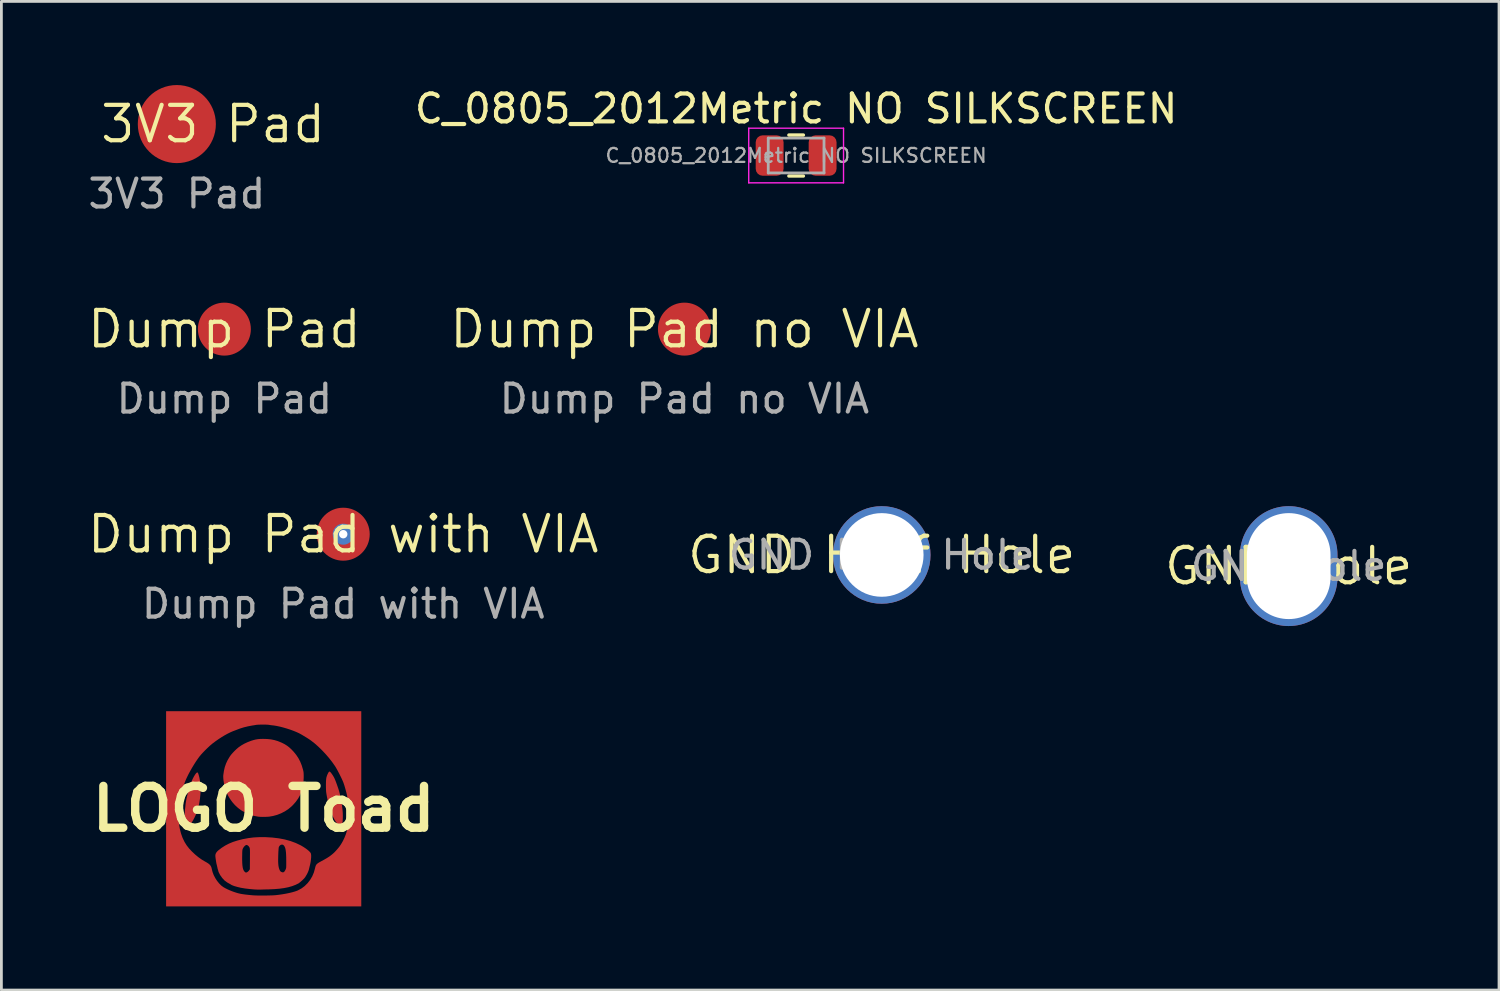
<source format=kicad_pcb>
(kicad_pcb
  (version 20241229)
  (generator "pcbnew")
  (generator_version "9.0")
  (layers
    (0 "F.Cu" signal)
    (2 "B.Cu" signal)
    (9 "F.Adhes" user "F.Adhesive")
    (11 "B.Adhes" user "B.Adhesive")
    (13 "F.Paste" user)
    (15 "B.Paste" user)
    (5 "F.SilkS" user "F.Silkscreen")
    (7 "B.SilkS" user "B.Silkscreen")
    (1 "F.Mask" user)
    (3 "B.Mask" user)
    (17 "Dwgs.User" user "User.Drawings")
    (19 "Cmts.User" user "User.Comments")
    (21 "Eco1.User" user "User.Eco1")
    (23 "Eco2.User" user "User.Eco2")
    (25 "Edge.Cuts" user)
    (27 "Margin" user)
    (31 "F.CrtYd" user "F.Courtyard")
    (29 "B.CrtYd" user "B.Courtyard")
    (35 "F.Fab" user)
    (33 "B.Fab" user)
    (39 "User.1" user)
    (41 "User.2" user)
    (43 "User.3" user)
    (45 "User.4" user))
  (footprint "LOGO Toad"
    (layer "F.Cu")
    (at 6.407 25.957)
    (property "Reference" "LOGO Toad" (at 0 0 0) (layer "F.SilkS") (effects (font (size 1.5 1.5) (thickness 0.3))))
    (attr board_only exclude_from_pos_files exclude_from_bom)
    (fp_poly (pts (xy 2.371 -1.332) (xy 2.393 -1.314) (xy 2.421 -1.282) (xy 2.456 -1.232) (xy 2.47 -1.212) (xy 2.493 -1.175) (xy 2.515 -1.138) (xy 2.536 -1.097) (xy 2.557 -1.05) (xy 2.58 -0.993) (xy 2.606 -0.923) (xy 2.637 -0.838) (xy 2.652 -0.794) (xy 2.682 -0.707) (xy 2.707 -0.622) (xy 2.73 -0.535) (xy 2.752 -0.441) (xy 2.772 -0.338) (xy 2.792 -0.221) (xy 2.812 -0.094) (xy 2.826 0.023) (xy 2.836 0.141) (xy 2.839 0.255) (xy 2.837 0.361) (xy 2.83 0.456) (xy 2.817 0.537) (xy 2.81 0.567) (xy 2.796 0.608) (xy 2.78 0.63) (xy 2.761 0.636) (xy 2.735 0.625) (xy 2.7 0.597) (xy 2.679 0.577) (xy 2.615 0.505) (xy 2.553 0.414) (xy 2.495 0.305) (xy 2.439 0.18) (xy 2.388 0.041) (xy 2.342 -0.111) (xy 2.301 -0.273) (xy 2.266 -0.444) (xy 2.246 -0.564) (xy 2.239 -0.619) (xy 2.235 -0.686) (xy 2.233 -0.763) (xy 2.232 -0.843) (xy 2.233 -0.922) (xy 2.235 -0.996) (xy 2.24 -1.058) (xy 2.246 -1.105) (xy 2.246 -1.106) (xy 2.258 -1.152) (xy 2.274 -1.2) (xy 2.294 -1.247) (xy 2.315 -1.288) (xy 2.334 -1.319) (xy 2.351 -1.334) (xy 2.354 -1.335)) (stroke (width 0) (type solid)) (fill yes) (layer "F.Cu"))
    (fp_poly (pts (xy -2.38 -1.304) (xy -2.369 -1.3) (xy -2.359 -1.288) (xy -2.349 -1.267) (xy -2.337 -1.233) (xy -2.323 -1.183) (xy -2.31 -1.134) (xy -2.284 -0.998) (xy -2.268 -0.849) (xy -2.263 -0.69) (xy -2.269 -0.525) (xy -2.286 -0.358) (xy -2.312 -0.193) (xy -2.349 -0.033) (xy -2.372 0.047) (xy -2.403 0.136) (xy -2.442 0.231) (xy -2.486 0.325) (xy -2.533 0.414) (xy -2.58 0.491) (xy -2.605 0.528) (xy -2.631 0.56) (xy -2.662 0.595) (xy -2.694 0.629) (xy -2.724 0.658) (xy -2.749 0.68) (xy -2.764 0.689) (xy -2.765 0.69) (xy -2.775 0.68) (xy -2.787 0.657) (xy -2.793 0.64) (xy -2.804 0.602) (xy -2.815 0.555) (xy -2.821 0.522) (xy -2.826 0.482) (xy -2.83 0.425) (xy -2.832 0.357) (xy -2.833 0.283) (xy -2.833 0.208) (xy -2.831 0.136) (xy -2.827 0.072) (xy -2.823 0.026) (xy -2.817 -0.021) (xy -2.81 -0.08) (xy -2.804 -0.141) (xy -2.8 -0.178) (xy -2.787 -0.267) (xy -2.768 -0.369) (xy -2.742 -0.48) (xy -2.712 -0.597) (xy -2.679 -0.713) (xy -2.643 -0.826) (xy -2.606 -0.93) (xy -2.57 -1.022) (xy -2.538 -1.09) (xy -2.499 -1.163) (xy -2.463 -1.222) (xy -2.431 -1.266) (xy -2.404 -1.294) (xy -2.383 -1.304)) (stroke (width 0) (type solid)) (fill yes) (layer "F.Cu"))
    (fp_poly (pts (xy 0.126 -2.503) (xy 0.26 -2.489) (xy 0.386 -2.464) (xy 0.509 -2.427) (xy 0.633 -2.376) (xy 0.653 -2.367) (xy 0.752 -2.317) (xy 0.839 -2.262) (xy 0.921 -2.199) (xy 1.001 -2.124) (xy 1.076 -2.045) (xy 1.167 -1.933) (xy 1.244 -1.817) (xy 1.309 -1.694) (xy 1.363 -1.56) (xy 1.408 -1.41) (xy 1.412 -1.395) (xy 1.421 -1.357) (xy 1.428 -1.322) (xy 1.432 -1.286) (xy 1.434 -1.243) (xy 1.435 -1.19) (xy 1.435 -1.12) (xy 1.435 -1.118) (xy 1.426 -0.945) (xy 1.403 -0.786) (xy 1.365 -0.639) (xy 1.31 -0.501) (xy 1.238 -0.371) (xy 1.148 -0.246) (xy 1.039 -0.124) (xy 0.991 -0.078) (xy 0.883 0.012) (xy 0.759 0.093) (xy 0.624 0.162) (xy 0.482 0.218) (xy 0.336 0.258) (xy 0.196 0.282) (xy 0.125 0.287) (xy 0.045 0.29) (xy -0.038 0.291) (xy -0.115 0.289) (xy -0.181 0.284) (xy -0.204 0.281) (xy -0.356 0.252) (xy -0.497 0.209) (xy -0.632 0.15) (xy -0.681 0.125) (xy -0.715 0.106) (xy -0.742 0.091) (xy -0.757 0.084) (xy -0.758 0.084) (xy -0.771 0.078) (xy -0.796 0.061) (xy -0.83 0.037) (xy -0.868 0.009) (xy -0.908 -0.021) (xy -0.94 -0.048) (xy -1.035 -0.136) (xy -1.125 -0.24) (xy -1.208 -0.355) (xy -1.28 -0.476) (xy -1.338 -0.597) (xy -1.362 -0.658) (xy -1.387 -0.742) (xy -1.409 -0.832) (xy -1.427 -0.925) (xy -1.441 -1.016) (xy -1.449 -1.1) (xy -1.451 -1.172) (xy -1.448 -1.21) (xy -1.426 -1.361) (xy -1.394 -1.498) (xy -1.35 -1.623) (xy -1.294 -1.743) (xy -1.224 -1.861) (xy -1.196 -1.902) (xy -1.156 -1.954) (xy -1.103 -2.014) (xy -1.043 -2.076) (xy -0.981 -2.136) (xy -0.921 -2.188) (xy -0.894 -2.21) (xy -0.802 -2.273) (xy -0.696 -2.334) (xy -0.581 -2.388) (xy -0.465 -2.433) (xy -0.458 -2.436) (xy -0.365 -2.465) (xy -0.284 -2.485) (xy -0.205 -2.498) (xy -0.122 -2.505) (xy -0.027 -2.507) (xy -0.022 -2.507)) (stroke (width 0) (type solid)) (fill yes) (layer "F.Cu"))
    (fp_poly (pts (xy 0.057 1.017) (xy 0.057 1.017) (xy 0.306 1.031) (xy 0.538 1.059) (xy 0.756 1.1) (xy 0.959 1.156) (xy 1.147 1.225) (xy 1.322 1.308) (xy 1.349 1.323) (xy 1.426 1.369) (xy 1.499 1.417) (xy 1.564 1.465) (xy 1.619 1.511) (xy 1.661 1.553) (xy 1.687 1.588) (xy 1.688 1.59) (xy 1.698 1.625) (xy 1.703 1.677) (xy 1.702 1.743) (xy 1.695 1.82) (xy 1.684 1.904) (xy 1.666 1.995) (xy 1.644 2.083) (xy 1.623 2.173) (xy 1.611 2.212) (xy 1.59 2.266) (xy 1.559 2.332) (xy 1.522 2.396) (xy 1.486 2.456) (xy 1.452 2.497) (xy 1.385 2.564) (xy 1.318 2.623) (xy 1.256 2.672) (xy 1.144 2.727) (xy 1.021 2.774) (xy 0.884 2.813) (xy 0.734 2.843) (xy 0.568 2.866) (xy 0.385 2.881) (xy 0.188 2.89) (xy 0.114 2.891) (xy 0.043 2.893) (xy -0.023 2.895) (xy -0.077 2.897) (xy -0.117 2.898) (xy -0.125 2.898) (xy -0.171 2.899) (xy -0.228 2.898) (xy -0.287 2.895) (xy -0.319 2.894) (xy -0.501 2.878) (xy -0.668 2.858) (xy -0.82 2.833) (xy -0.95 2.801) (xy -1.059 2.77) (xy -1.148 2.735) (xy -1.197 2.704) (xy -1.304 2.645) (xy -1.402 2.573) (xy -1.484 2.485) (xy -1.562 2.376) (xy -1.614 2.275) (xy -1.628 2.234) (xy -1.636 2.197) (xy -1.651 2.154) (xy -1.663 2.094) (xy -1.679 2.027) (xy -1.697 1.953) (xy -1.709 1.882) (xy -1.716 1.834) (xy -0.772 1.834) (xy -0.769 1.94) (xy -0.763 2.028) (xy -0.753 2.101) (xy -0.739 2.16) (xy -0.72 2.206) (xy -0.697 2.242) (xy -0.677 2.263) (xy -0.653 2.281) (xy -0.634 2.287) (xy -0.611 2.281) (xy -0.59 2.272) (xy -0.563 2.253) (xy -0.535 2.225) (xy -0.526 2.213) (xy -0.496 2.17) (xy -0.493 1.811) (xy 0.519 1.811) (xy 0.519 1.901) (xy 0.523 1.976) (xy 0.529 2.04) (xy 0.539 2.095) (xy 0.552 2.144) (xy 0.568 2.188) (xy 0.57 2.192) (xy 0.589 2.228) (xy 0.608 2.25) (xy 0.636 2.266) (xy 0.639 2.267) (xy 0.675 2.28) (xy 0.703 2.279) (xy 0.73 2.263) (xy 0.736 2.258) (xy 0.751 2.24) (xy 0.769 2.21) (xy 0.783 2.184) (xy 0.791 2.166) (xy 0.797 2.149) (xy 0.802 2.131) (xy 0.806 2.109) (xy 0.808 2.079) (xy 0.809 2.039) (xy 0.809 1.985) (xy 0.809 1.916) (xy 0.809 1.87) (xy 0.808 1.749) (xy 0.804 1.647) (xy 0.799 1.562) (xy 0.79 1.491) (xy 0.779 1.433) (xy 0.764 1.386) (xy 0.746 1.348) (xy 0.723 1.316) (xy 0.723 1.315) (xy 0.691 1.29) (xy 0.653 1.284) (xy 0.615 1.293) (xy 0.58 1.317) (xy 0.552 1.355) (xy 0.544 1.373) (xy 0.539 1.394) (xy 0.535 1.431) (xy 0.531 1.481) (xy 0.527 1.538) (xy 0.525 1.582) (xy 0.521 1.706) (xy 0.519 1.811) (xy -0.493 1.811) (xy -0.493 1.801) (xy -0.493 1.703) (xy -0.492 1.623) (xy -0.492 1.56) (xy -0.493 1.511) (xy -0.494 1.473) (xy -0.496 1.445) (xy -0.499 1.424) (xy -0.502 1.407) (xy -0.507 1.394) (xy -0.511 1.385) (xy -0.534 1.348) (xy -0.565 1.318) (xy -0.598 1.3) (xy -0.617 1.296) (xy -0.643 1.305) (xy -0.674 1.327) (xy -0.705 1.36) (xy -0.732 1.399) (xy -0.739 1.411) (xy -0.748 1.43) (xy -0.755 1.447) (xy -0.76 1.465) (xy -0.764 1.488) (xy -0.767 1.518) (xy -0.769 1.559) (xy -0.77 1.613) (xy -0.771 1.685) (xy -0.772 1.709) (xy -0.772 1.834) (xy -1.716 1.834) (xy -1.719 1.815) (xy -1.727 1.757) (xy -1.732 1.711) (xy -1.734 1.683) (xy -1.727 1.628) (xy -1.705 1.578) (xy -1.666 1.529) (xy -1.627 1.492) (xy -1.509 1.401) (xy -1.382 1.32) (xy -1.246 1.249) (xy -1.097 1.188) (xy -0.934 1.136) (xy -0.756 1.091) (xy -0.559 1.053) (xy -0.549 1.051) (xy -0.363 1.028) (xy -0.162 1.017)) (stroke (width 0) (type solid)) (fill yes) (layer "F.Cu"))
    (pad "" smd custom (at -3.25 -3.249) (size 0.5 0.5) (layers "F.Cu") (options (anchor rect)) (primitives (gr_poly (pts (xy 6.75 3.249) (xy 6.75 6.749) (xy 3.25 6.749) (xy -0.25 6.749) (xy -0.25 3.599) (xy 0.198 3.599) (xy 0.212 3.784) (xy 0.241 3.962) (xy 0.284 4.132) (xy 0.34 4.29) (xy 0.41 4.436) (xy 0.49 4.564) (xy 0.576 4.674) (xy 0.678 4.783) (xy 0.79 4.888) (xy 0.908 4.985) (xy 1.027 5.07) (xy 1.136 5.135) (xy 1.213 5.178) (xy 1.272 5.217) (xy 1.316 5.255) (xy 1.348 5.295) (xy 1.371 5.341) (xy 1.386 5.394) (xy 1.391 5.42) (xy 1.418 5.524) (xy 1.459 5.63) (xy 1.513 5.734) (xy 1.577 5.833) (xy 1.649 5.923) (xy 1.725 5.999) (xy 1.798 6.055) (xy 1.868 6.095) (xy 1.952 6.137) (xy 2.045 6.178) (xy 2.141 6.216) (xy 2.183 6.231) (xy 2.25 6.253) (xy 2.312 6.272) (xy 2.372 6.287) (xy 2.435 6.301) (xy 2.503 6.312) (xy 2.58 6.323) (xy 2.669 6.333) (xy 2.773 6.344) (xy 2.848 6.351) (xy 2.907 6.355) (xy 2.982 6.358) (xy 3.07 6.36) (xy 3.166 6.36) (xy 3.266 6.36) (xy 3.367 6.359) (xy 3.463 6.357) (xy 3.55 6.355) (xy 3.625 6.351) (xy 3.678 6.347) (xy 3.803 6.332) (xy 3.928 6.314) (xy 4.05 6.293) (xy 4.166 6.269) (xy 4.273 6.243) (xy 4.367 6.216) (xy 4.446 6.189) (xy 4.482 6.173) (xy 4.608 6.104) (xy 4.723 6.017) (xy 4.826 5.915) (xy 4.915 5.8) (xy 4.99 5.674) (xy 5.048 5.538) (xy 5.088 5.395) (xy 5.102 5.337) (xy 5.117 5.291) (xy 5.136 5.255) (xy 5.163 5.225) (xy 5.2 5.196) (xy 5.25 5.166) (xy 5.3 5.138) (xy 5.416 5.075) (xy 5.515 5.018) (xy 5.601 4.963) (xy 5.675 4.908) (xy 5.741 4.853) (xy 5.803 4.794) (xy 5.842 4.752) (xy 5.91 4.675) (xy 5.966 4.605) (xy 6.014 4.536) (xy 6.058 4.463) (xy 6.089 4.408) (xy 6.149 4.283) (xy 6.199 4.157) (xy 6.238 4.027) (xy 6.267 3.889) (xy 6.286 3.74) (xy 6.297 3.578) (xy 6.301 3.419) (xy 6.3 3.344) (xy 6.299 3.271) (xy 6.297 3.204) (xy 6.295 3.148) (xy 6.292 3.106) (xy 6.29 3.095) (xy 6.283 3.042) (xy 6.276 2.982) (xy 6.269 2.926) (xy 6.268 2.925) (xy 6.257 2.856) (xy 6.24 2.772) (xy 6.218 2.679) (xy 6.193 2.583) (xy 6.166 2.487) (xy 6.139 2.397) (xy 6.112 2.318) (xy 6.1 2.287) (xy 6.072 2.221) (xy 6.036 2.144) (xy 5.995 2.06) (xy 5.951 1.973) (xy 5.906 1.888) (xy 5.863 1.81) (xy 5.824 1.743) (xy 5.798 1.703) (xy 5.698 1.562) (xy 5.586 1.42) (xy 5.466 1.281) (xy 5.34 1.148) (xy 5.212 1.023) (xy 5.084 0.909) (xy 4.959 0.811) (xy 4.893 0.764) (xy 4.846 0.733) (xy 4.789 0.697) (xy 4.726 0.659) (xy 4.663 0.621) (xy 4.604 0.586) (xy 4.553 0.558) (xy 4.522 0.541) (xy 4.429 0.498) (xy 4.321 0.454) (xy 4.203 0.411) (xy 4.08 0.371) (xy 3.957 0.335) (xy 3.837 0.304) (xy 3.725 0.28) (xy 3.626 0.263) (xy 3.6 0.26) (xy 3.548 0.254) (xy 3.499 0.248) (xy 3.46 0.242) (xy 3.441 0.239) (xy 3.412 0.235) (xy 3.367 0.232) (xy 3.309 0.23) (xy 3.245 0.229) (xy 3.179 0.229) (xy 3.114 0.231) (xy 3.057 0.233) (xy 3.011 0.236) (xy 2.982 0.239) (xy 2.949 0.245) (xy 2.904 0.253) (xy 2.852 0.261) (xy 2.822 0.266) (xy 2.686 0.292) (xy 2.545 0.326) (xy 2.409 0.368) (xy 2.341 0.393) (xy 2.284 0.415) (xy 2.225 0.438) (xy 2.17 0.458) (xy 2.137 0.471) (xy 2.052 0.508) (xy 1.955 0.556) (xy 1.85 0.614) (xy 1.742 0.679) (xy 1.633 0.75) (xy 1.528 0.823) (xy 1.431 0.896) (xy 1.41 0.912) (xy 1.327 0.982) (xy 1.238 1.065) (xy 1.146 1.154) (xy 1.059 1.245) (xy 0.997 1.313) (xy 0.94 1.383) (xy 0.878 1.469) (xy 0.811 1.567) (xy 0.743 1.675) (xy 0.675 1.788) (xy 0.61 1.903) (xy 0.549 2.016) (xy 0.496 2.125) (xy 0.466 2.191) (xy 0.432 2.271) (xy 0.398 2.363) (xy 0.364 2.461) (xy 0.332 2.559) (xy 0.305 2.65) (xy 0.285 2.73) (xy 0.282 2.742) (xy 0.271 2.799) (xy 0.259 2.872) (xy 0.247 2.957) (xy 0.235 3.05) (xy 0.224 3.144) (xy 0.214 3.236) (xy 0.206 3.322) (xy 0.201 3.395) (xy 0.2 3.411) (xy 0.198 3.599) (xy -0.25 3.599) (xy -0.25 3.249) (xy -0.25 -0.252) (xy 3.25 -0.252) (xy 6.75 -0.252)) (width 0) (fill yes)))))
  (footprint "Dump Pad with VIA"
    (layer "F.Cu")
    (at 9.26 16.109)
    (property "Reference" "Dump Pad with VIA" (at 0 0 0) (layer "F.SilkS") (effects (font (size 1.27 1.27) (thickness 0.15))))
    (fp_text user "${REFERENCE}" (at 0 2.5 0) (unlocked yes) (layer "F.Fab") (effects (font (size 1 1) (thickness 0.15))))
    (pad "" thru_hole circle (at 0 0) (size 0.755 0.755) (drill 0.3) (layers "*.Cu"))
    (pad "" smd circle (at 0 0) (size 1.9 1.9) (layers "F.Cu" "F.Mask" "F.Paste")))
  (footprint "GND Half Hole"
    (layer "F.Cu")
    (at 28.573 16.853)
    (property "Reference" "GND Half Hole" (at 0 0 0) (layer "F.SilkS") (effects (font (size 1.27 1.27) (thickness 0.15))))
    (fp_text user "${REFERENCE}" (at 0 0 0) (unlocked yes) (layer "F.Fab") (effects (font (size 1 1) (thickness 0.15))))
    (pad "" thru_hole circle (at 0 0) (size 3.5 3.5) (drill 3) (property pad_prop_castellated) (layers "*.Cu" "*.Paste" "*.Mask")))
  (footprint "Dump Pad no VIA"
    (layer "F.Cu")
    (at 21.497 8.754)
    (property "Reference" "Dump Pad no VIA" (at 0 0 0) (layer "F.SilkS") (effects (font (size 1.27 1.27) (thickness 0.15))))
    (attr smd board_only)
    (fp_text user "${REFERENCE}" (at 0 2.5 0) (unlocked yes) (layer "F.Fab") (effects (font (size 1 1) (thickness 0.15))))
    (pad "" smd circle (at 0 0) (size 1.9 1.9) (layers "F.Cu" "F.Mask" "F.Paste")))
  (footprint "Dump Pad"
    (layer "F.Cu")
    (at 4.997 8.754)
    (property "Reference" "Dump Pad" (at 0 0 0) (layer "F.SilkS") (effects (font (size 1.27 1.27) (thickness 0.15))))
    (attr smd board_only)
    (fp_text user "${REFERENCE}" (at 0 2.5 0) (unlocked yes) (layer "F.Fab") (effects (font (size 1 1) (thickness 0.15))))
    (pad "" smd circle (at 0 0) (size 1.9 1.9) (layers "F.Cu" "F.Mask" "F.Paste")))
  (footprint "3V3 Pad"
    (layer "F.Cu")
    (at 4.592 1.4)
    (property "Reference" "3V3 Pad" (at 0 0 0) (layer "F.SilkS") (effects (font (size 1.27 1.27) (thickness 0.15))))
    (fp_text user "${REFERENCE}" (at -1.3 2.5 0) (unlocked yes) (layer "F.Fab") (effects (font (size 1 1) (thickness 0.15))))
    (pad "" smd circle (at -1.3 0) (size 2.8 2.8) (layers "F.Cu" "F.Mask" "F.Paste")))
  (footprint "GND hole"
    (layer "F.Cu")
    (at 43.169 17.253)
    (property "Reference" "GND hole" (at 0 0 0) (layer "F.SilkS") (effects (font (size 1.27 1.27) (thickness 0.15))))
    (attr allow_missing_courtyard)
    (fp_text user "${REFERENCE}" (at 0 0 0) (unlocked yes) (layer "F.Fab") (effects (font (size 1 1) (thickness 0.15))))
    (pad "" thru_hole oval (at 0 0) (size 3.5 4.3) (drill oval 3 3.8) (property pad_prop_castellated) (layers "*.Cu" "*.Paste" "*.Mask")))
  (footprint "C_0805_2012Metric NO SILKSCREEN"
    (layer "F.Cu")
    (at 25.503 2.528)
    (property "Reference" "C_0805_2012Metric NO SILKSCREEN" (at 0 -1.68 0) (layer "F.SilkS") (effects (font (size 1 1) (thickness 0.15))))
    (attr smd)
    (fp_line (start -0.261 -0.735) (end 0.261 -0.735) (stroke (width 0.12) (type solid)) (layer "F.SilkS"))
    (fp_line (start -0.261 0.735) (end 0.261 0.735) (stroke (width 0.12) (type solid)) (layer "F.SilkS"))
    (fp_line (start -1.7 -0.98) (end 1.7 -0.98) (stroke (width 0.05) (type solid)) (layer "F.CrtYd"))
    (fp_line (start -1.7 0.98) (end -1.7 -0.98) (stroke (width 0.05) (type solid)) (layer "F.CrtYd"))
    (fp_line (start 1.7 -0.98) (end 1.7 0.98) (stroke (width 0.05) (type solid)) (layer "F.CrtYd"))
    (fp_line (start 1.7 0.98) (end -1.7 0.98) (stroke (width 0.05) (type solid)) (layer "F.CrtYd"))
    (fp_line (start -1 -0.625) (end 1 -0.625) (stroke (width 0.1) (type solid)) (layer "F.Fab"))
    (fp_line (start -1 0.625) (end -1 -0.625) (stroke (width 0.1) (type solid)) (layer "F.Fab"))
    (fp_line (start 1 -0.625) (end 1 0.625) (stroke (width 0.1) (type solid)) (layer "F.Fab"))
    (fp_line (start 1 0.625) (end -1 0.625) (stroke (width 0.1) (type solid)) (layer "F.Fab"))
    (fp_text user "${REFERENCE}" (at 0 0 0) (layer "F.Fab") (effects (font (size 0.5 0.5) (thickness 0.08))))
    (pad "" smd roundrect (at -0.95 0) (size 1 1.45) (layers "F.Cu" "F.Mask" "F.Paste") (roundrect_rratio 0.25))
    (pad "" smd roundrect (at 0.95 0) (size 1 1.45) (layers "F.Cu" "F.Mask" "F.Paste") (roundrect_rratio 0.25)))
  (gr_rect
    (start -3 -3)
    (end 50.712 32.458)
    (stroke (width 0.1) (type default))
    (fill no)
    (layer "Edge.Cuts")))
</source>
